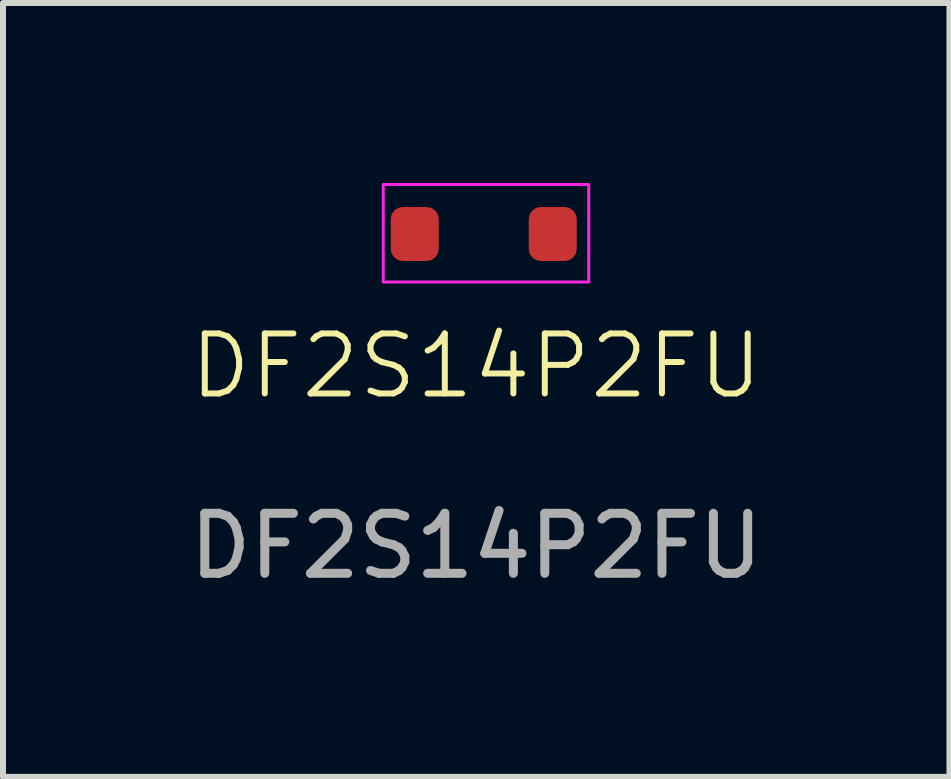
<source format=kicad_pcb>
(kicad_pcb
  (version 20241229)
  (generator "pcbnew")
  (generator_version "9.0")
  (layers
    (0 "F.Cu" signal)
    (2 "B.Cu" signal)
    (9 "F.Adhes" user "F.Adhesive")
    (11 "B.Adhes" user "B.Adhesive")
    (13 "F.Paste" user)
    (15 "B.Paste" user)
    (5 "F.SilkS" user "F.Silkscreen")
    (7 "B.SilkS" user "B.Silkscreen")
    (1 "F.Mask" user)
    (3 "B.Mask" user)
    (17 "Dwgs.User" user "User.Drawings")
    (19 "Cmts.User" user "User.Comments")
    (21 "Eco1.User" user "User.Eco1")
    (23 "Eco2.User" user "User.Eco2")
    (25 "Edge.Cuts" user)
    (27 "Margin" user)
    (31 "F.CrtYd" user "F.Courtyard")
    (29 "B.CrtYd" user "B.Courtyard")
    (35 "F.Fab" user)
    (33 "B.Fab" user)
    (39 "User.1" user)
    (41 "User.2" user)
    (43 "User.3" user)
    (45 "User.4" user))
  (footprint "DF2S14P2FU"
    (layer "F.Cu")
    (at 5.012 0.85)
    (property "Reference" "DF2S14P2FU" (at -0.125 2.2 0) (unlocked yes) (layer "F.SilkS") (effects (font (size 1 1) (thickness 0.1))))
    (attr smd)
    (fp_rect (start -1.675 -0.825) (end 1.75 0.8) (stroke (width 0.05) (type default)) (fill no) (layer "F.CrtYd"))
    (fp_text user "${REFERENCE}" (at -0.125 5.2 0) (unlocked yes) (layer "F.Fab") (effects (font (size 1 1) (thickness 0.15))))
    (pad "1" smd roundrect (at -1.15 0) (size 0.8 0.9) (layers "F.Cu" "F.Mask" "F.Paste") (roundrect_rratio 0.25))
    (pad "2" smd roundrect (at 1.15 0) (size 0.8 0.9) (layers "F.Cu" "F.Mask" "F.Paste") (roundrect_rratio 0.25)))
  (gr_rect
    (start -3 -3)
    (end 12.774 9.898)
    (stroke (width 0.1) (type default))
    (fill no)
    (layer "Edge.Cuts")))
</source>
